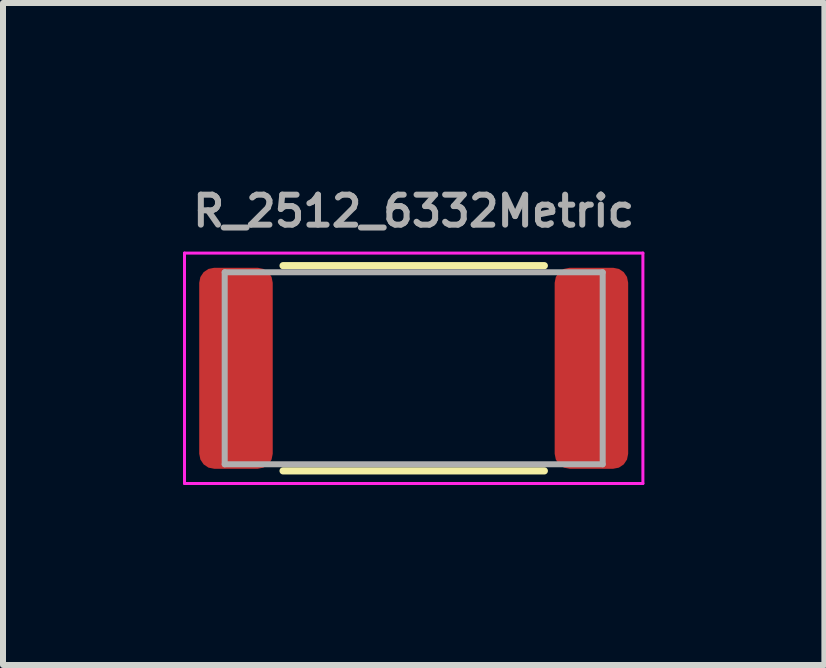
<source format=kicad_pcb>
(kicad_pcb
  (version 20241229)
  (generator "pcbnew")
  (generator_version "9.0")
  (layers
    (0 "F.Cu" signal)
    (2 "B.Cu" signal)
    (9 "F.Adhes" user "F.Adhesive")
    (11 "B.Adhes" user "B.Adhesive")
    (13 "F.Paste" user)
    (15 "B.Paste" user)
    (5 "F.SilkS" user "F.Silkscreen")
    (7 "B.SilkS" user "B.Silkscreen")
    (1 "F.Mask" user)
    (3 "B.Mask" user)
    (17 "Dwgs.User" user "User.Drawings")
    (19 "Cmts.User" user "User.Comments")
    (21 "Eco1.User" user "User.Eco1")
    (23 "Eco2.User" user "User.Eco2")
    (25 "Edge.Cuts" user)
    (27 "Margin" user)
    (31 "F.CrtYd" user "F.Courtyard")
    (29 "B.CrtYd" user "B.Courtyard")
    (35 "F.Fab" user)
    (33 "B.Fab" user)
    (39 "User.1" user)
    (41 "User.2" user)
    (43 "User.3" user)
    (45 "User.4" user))
  (footprint "R_2512_6332Metric"
    (layer "F.Cu")
    (at 3.845 3.088)
    (property "Reference" "R_2512_6332Metric" (at 0 -2.62 0) (layer "F.Fab") (effects (font (size 0.5 0.5) (thickness 0.1))))
    (attr smd)
    (fp_line (start -2.177 -1.71) (end 2.177 -1.71) (stroke (width 0.12) (type solid)) (layer "F.SilkS"))
    (fp_line (start -2.177 1.71) (end 2.177 1.71) (stroke (width 0.12) (type solid)) (layer "F.SilkS"))
    (fp_line (start -3.82 -1.92) (end 3.82 -1.92) (stroke (width 0.05) (type solid)) (layer "F.CrtYd"))
    (fp_line (start -3.82 1.92) (end -3.82 -1.92) (stroke (width 0.05) (type solid)) (layer "F.CrtYd"))
    (fp_line (start 3.82 -1.92) (end 3.82 1.92) (stroke (width 0.05) (type solid)) (layer "F.CrtYd"))
    (fp_line (start 3.82 1.92) (end -3.82 1.92) (stroke (width 0.05) (type solid)) (layer "F.CrtYd"))
    (fp_line (start -3.15 -1.6) (end 3.15 -1.6) (stroke (width 0.1) (type solid)) (layer "F.Fab"))
    (fp_line (start -3.15 1.6) (end -3.15 -1.6) (stroke (width 0.1) (type solid)) (layer "F.Fab"))
    (fp_line (start 3.15 -1.6) (end 3.15 1.6) (stroke (width 0.1) (type solid)) (layer "F.Fab"))
    (fp_line (start 3.15 1.6) (end -3.15 1.6) (stroke (width 0.1) (type solid)) (layer "F.Fab"))
    (pad "1" smd roundrect (at -2.962 0) (size 1.225 3.35) (layers "F.Cu" "F.Mask" "F.Paste") (roundrect_rratio 0.204))
    (pad "2" smd roundrect (at 2.962 0) (size 1.225 3.35) (layers "F.Cu" "F.Mask" "F.Paste") (roundrect_rratio 0.204)))
  (gr_rect
    (start -3 -3)
    (end 10.69 8.033)
    (stroke (width 0.1) (type default))
    (fill no)
    (layer "Edge.Cuts")))
</source>
